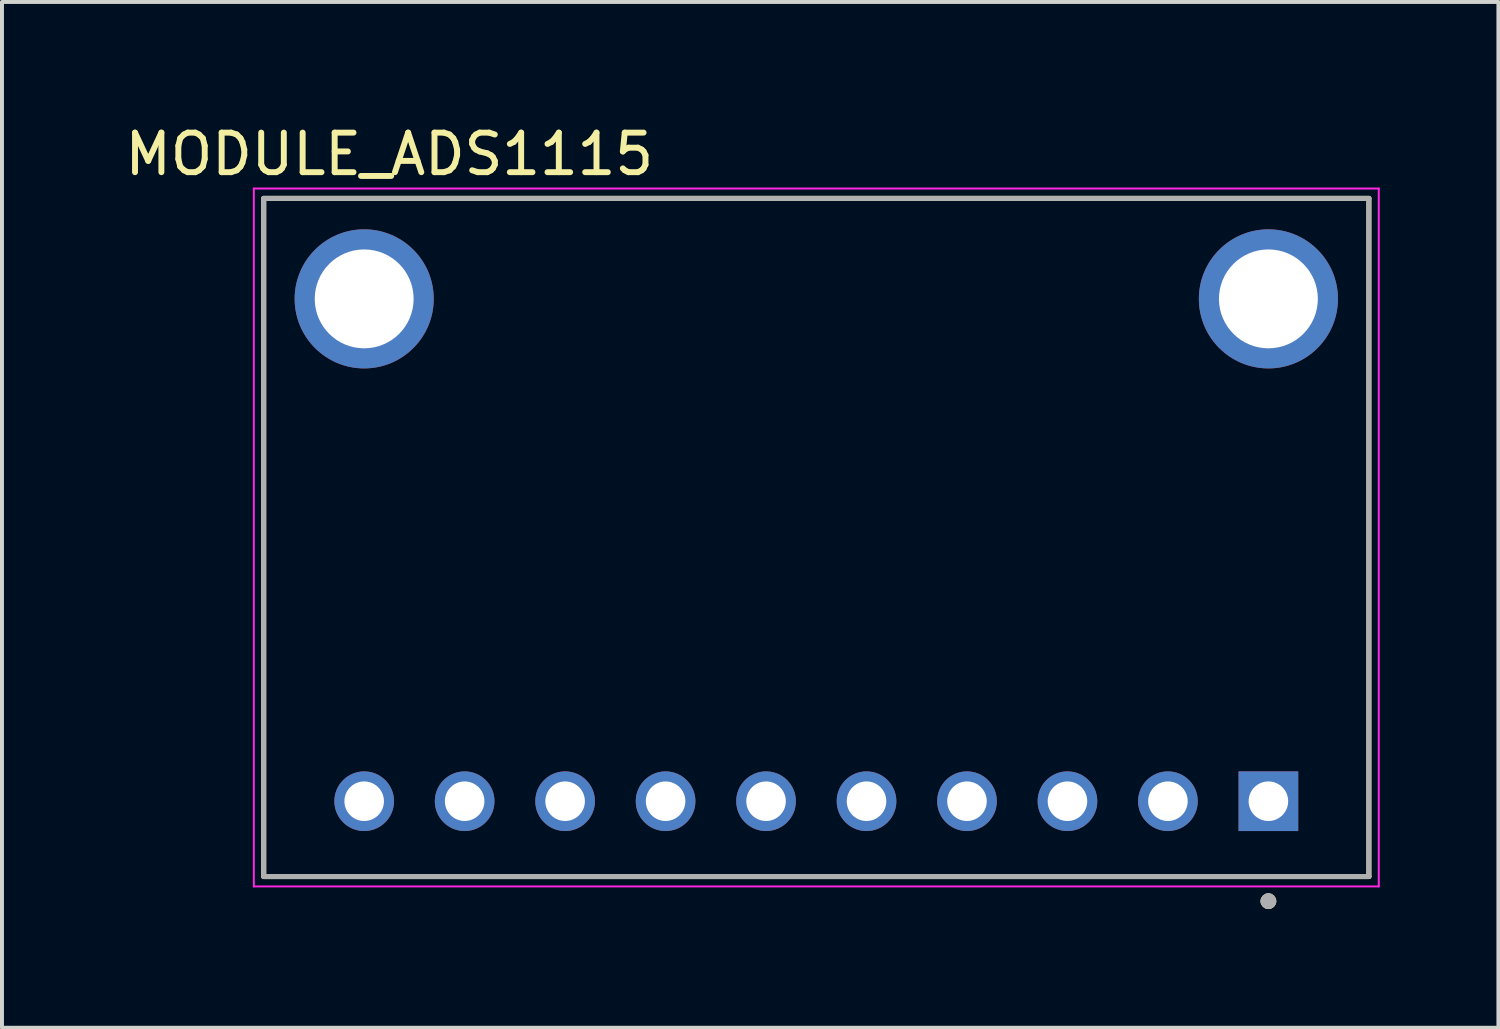
<source format=kicad_pcb>
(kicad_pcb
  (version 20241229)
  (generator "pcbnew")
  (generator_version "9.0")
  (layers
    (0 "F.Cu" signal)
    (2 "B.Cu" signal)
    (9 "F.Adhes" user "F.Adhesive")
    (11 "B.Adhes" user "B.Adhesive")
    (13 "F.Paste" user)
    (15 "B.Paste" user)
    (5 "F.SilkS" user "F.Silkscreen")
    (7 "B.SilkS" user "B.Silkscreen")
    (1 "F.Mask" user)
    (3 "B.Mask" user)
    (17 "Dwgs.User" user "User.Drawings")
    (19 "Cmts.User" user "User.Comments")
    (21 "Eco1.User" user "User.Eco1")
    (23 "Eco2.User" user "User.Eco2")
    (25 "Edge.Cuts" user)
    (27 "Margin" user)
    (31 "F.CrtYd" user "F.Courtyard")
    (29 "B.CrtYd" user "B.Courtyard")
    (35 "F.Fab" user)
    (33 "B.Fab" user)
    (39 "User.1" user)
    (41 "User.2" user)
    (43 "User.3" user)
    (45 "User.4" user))
  (footprint "MODULE_ADS1115"
    (layer "F.Cu")
    (at 17.587 10.538)
    (property "Reference" "MODULE_ADS1115" (at -10.795 -9.69 0) (layer "F.SilkS") (effects (font (size 1 1) (thickness 0.15))))
    (attr through_hole)
    (fp_line (start -13.97 -8.572) (end 13.97 -8.572) (stroke (width 0.127) (type solid)) (layer "F.SilkS"))
    (fp_line (start -13.97 8.572) (end -13.97 -8.572) (stroke (width 0.127) (type solid)) (layer "F.SilkS"))
    (fp_line (start 13.97 -8.572) (end 13.97 8.572) (stroke (width 0.127) (type solid)) (layer "F.SilkS"))
    (fp_line (start 13.97 8.572) (end -13.97 8.572) (stroke (width 0.127) (type solid)) (layer "F.SilkS"))
    (fp_circle (center 11.43 9.195) (end 11.53 9.195) (stroke (width 0.2) (type solid)) (fill no) (layer "F.SilkS"))
    (fp_line (start -14.22 -8.822) (end 14.22 -8.822) (stroke (width 0.05) (type solid)) (layer "F.CrtYd"))
    (fp_line (start -14.22 8.822) (end -14.22 -8.822) (stroke (width 0.05) (type solid)) (layer "F.CrtYd"))
    (fp_line (start 14.22 -8.822) (end 14.22 8.822) (stroke (width 0.05) (type solid)) (layer "F.CrtYd"))
    (fp_line (start 14.22 8.822) (end -14.22 8.822) (stroke (width 0.05) (type solid)) (layer "F.CrtYd"))
    (fp_line (start -13.97 -8.572) (end 13.97 -8.572) (stroke (width 0.127) (type solid)) (layer "F.Fab"))
    (fp_line (start -13.97 8.572) (end -13.97 -8.572) (stroke (width 0.127) (type solid)) (layer "F.Fab"))
    (fp_line (start 13.97 -8.572) (end 13.97 8.572) (stroke (width 0.127) (type solid)) (layer "F.Fab"))
    (fp_line (start 13.97 8.572) (end -13.97 8.572) (stroke (width 0.127) (type solid)) (layer "F.Fab"))
    (fp_circle (center 11.43 9.195) (end 11.53 9.195) (stroke (width 0.2) (type solid)) (fill no) (layer "F.Fab"))
    (pad "1" thru_hole rect (at 11.43 6.668) (size 1.508 1.508) (drill 1) (layers "*.Cu" "*.Mask"))
    (pad "2" thru_hole circle (at 8.89 6.668) (size 1.508 1.508) (drill 1) (layers "*.Cu" "*.Mask"))
    (pad "3" thru_hole circle (at 6.35 6.668) (size 1.508 1.508) (drill 1) (layers "*.Cu" "*.Mask"))
    (pad "4" thru_hole circle (at 3.81 6.668) (size 1.508 1.508) (drill 1) (layers "*.Cu" "*.Mask"))
    (pad "5" thru_hole circle (at 1.27 6.668) (size 1.508 1.508) (drill 1) (layers "*.Cu" "*.Mask"))
    (pad "6" thru_hole circle (at -1.27 6.668) (size 1.508 1.508) (drill 1) (layers "*.Cu" "*.Mask"))
    (pad "7" thru_hole circle (at -3.81 6.668) (size 1.508 1.508) (drill 1) (layers "*.Cu" "*.Mask"))
    (pad "8" thru_hole circle (at -6.35 6.668) (size 1.508 1.508) (drill 1) (layers "*.Cu" "*.Mask"))
    (pad "9" thru_hole circle (at -8.89 6.668) (size 1.508 1.508) (drill 1) (layers "*.Cu" "*.Mask"))
    (pad "10" thru_hole circle (at -11.43 6.668) (size 1.508 1.508) (drill 1) (layers "*.Cu" "*.Mask"))
    (pad "P1" thru_hole circle (at -11.43 -6.032) (size 3.516 3.516) (drill 2.5) (layers "*.Cu" "*.Mask"))
    (pad "P2" thru_hole circle (at 11.43 -6.032) (size 3.516 3.516) (drill 2.5) (layers "*.Cu" "*.Mask")))
  (gr_rect
    (start -3 -3)
    (end 34.832 22.933)
    (stroke (width 0.1) (type default))
    (fill no)
    (layer "Edge.Cuts")))
</source>
